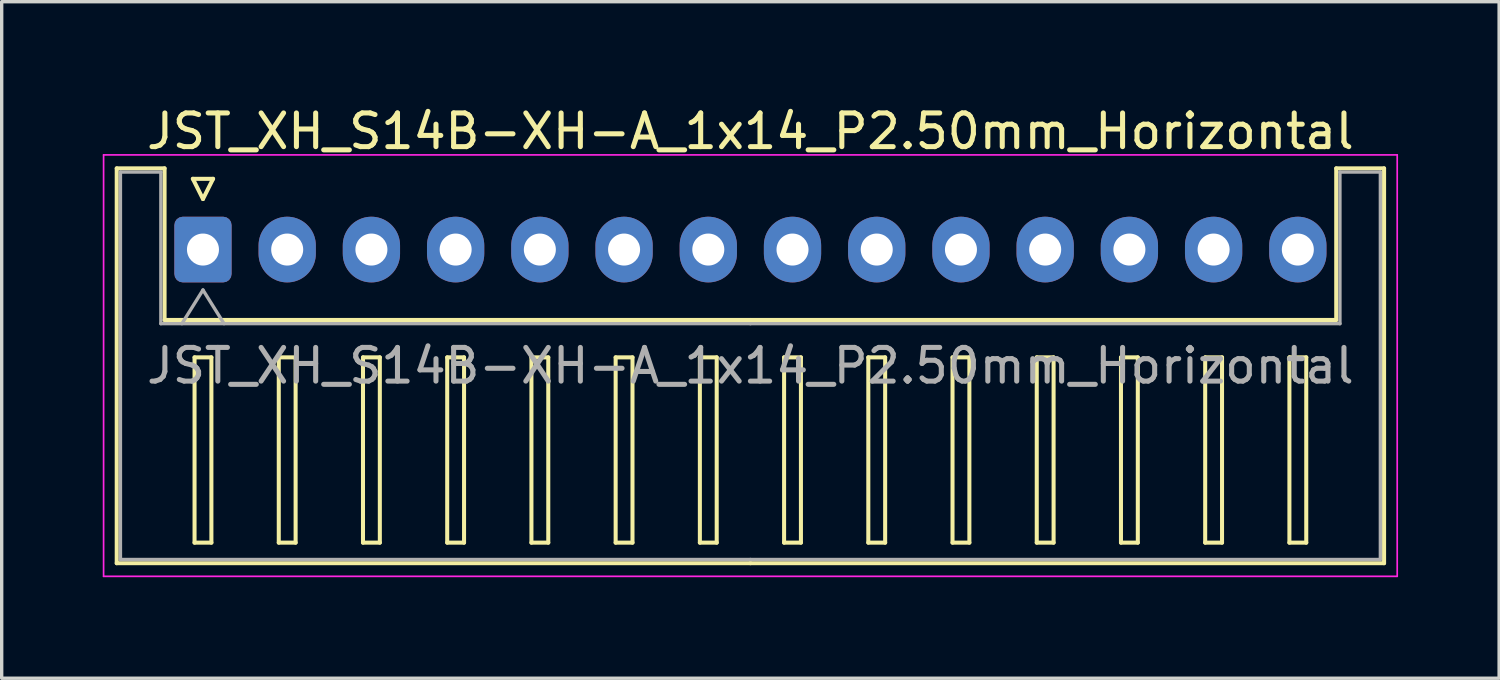
<source format=kicad_pcb>
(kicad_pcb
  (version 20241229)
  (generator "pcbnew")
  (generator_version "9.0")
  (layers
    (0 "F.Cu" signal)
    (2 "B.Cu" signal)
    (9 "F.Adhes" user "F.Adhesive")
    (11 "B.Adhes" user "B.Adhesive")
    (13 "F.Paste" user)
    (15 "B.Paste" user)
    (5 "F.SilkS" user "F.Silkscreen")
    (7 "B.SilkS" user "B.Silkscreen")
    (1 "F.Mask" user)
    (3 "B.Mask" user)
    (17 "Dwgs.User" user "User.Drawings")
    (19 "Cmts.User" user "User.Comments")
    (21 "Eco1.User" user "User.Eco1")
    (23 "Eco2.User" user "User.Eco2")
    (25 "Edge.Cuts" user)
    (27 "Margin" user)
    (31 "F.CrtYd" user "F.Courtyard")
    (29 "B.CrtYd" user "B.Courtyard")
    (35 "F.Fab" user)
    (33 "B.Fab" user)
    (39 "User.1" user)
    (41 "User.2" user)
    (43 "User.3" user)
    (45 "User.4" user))
  (footprint "JST_XH_S14B-XH-A_1x14_P2.50mm_Horizontal"
    (layer "F.Cu")
    (at 2.975 4.358)
    (property "Reference" "JST_XH_S14B-XH-A_1x14_P2.50mm_Horizontal" (at 16.25 -3.51 0) (layer "F.SilkS") (effects (font (size 1 1) (thickness 0.15))))
    (attr through_hole)
    (fp_line (start -2.56 -2.41) (end -1.14 -2.41) (stroke (width 0.12) (type solid)) (layer "F.SilkS"))
    (fp_line (start -2.56 9.31) (end -2.56 -2.41) (stroke (width 0.12) (type solid)) (layer "F.SilkS"))
    (fp_line (start -1.14 -2.41) (end -1.14 2.09) (stroke (width 0.12) (type solid)) (layer "F.SilkS"))
    (fp_line (start -1.14 2.09) (end 16.25 2.09) (stroke (width 0.12) (type solid)) (layer "F.SilkS"))
    (fp_line (start -0.3 -2.1) (end 0.3 -2.1) (stroke (width 0.12) (type solid)) (layer "F.SilkS"))
    (fp_line (start -0.25 3.2) (end -0.25 8.7) (stroke (width 0.12) (type solid)) (layer "F.SilkS"))
    (fp_line (start -0.25 8.7) (end 0.25 8.7) (stroke (width 0.12) (type solid)) (layer "F.SilkS"))
    (fp_line (start 0 -1.5) (end -0.3 -2.1) (stroke (width 0.12) (type solid)) (layer "F.SilkS"))
    (fp_line (start 0.25 3.2) (end -0.25 3.2) (stroke (width 0.12) (type solid)) (layer "F.SilkS"))
    (fp_line (start 0.25 8.7) (end 0.25 3.2) (stroke (width 0.12) (type solid)) (layer "F.SilkS"))
    (fp_line (start 0.3 -2.1) (end 0 -1.5) (stroke (width 0.12) (type solid)) (layer "F.SilkS"))
    (fp_line (start 2.25 3.2) (end 2.25 8.7) (stroke (width 0.12) (type solid)) (layer "F.SilkS"))
    (fp_line (start 2.25 8.7) (end 2.75 8.7) (stroke (width 0.12) (type solid)) (layer "F.SilkS"))
    (fp_line (start 2.75 3.2) (end 2.25 3.2) (stroke (width 0.12) (type solid)) (layer "F.SilkS"))
    (fp_line (start 2.75 8.7) (end 2.75 3.2) (stroke (width 0.12) (type solid)) (layer "F.SilkS"))
    (fp_line (start 4.75 3.2) (end 4.75 8.7) (stroke (width 0.12) (type solid)) (layer "F.SilkS"))
    (fp_line (start 4.75 8.7) (end 5.25 8.7) (stroke (width 0.12) (type solid)) (layer "F.SilkS"))
    (fp_line (start 5.25 3.2) (end 4.75 3.2) (stroke (width 0.12) (type solid)) (layer "F.SilkS"))
    (fp_line (start 5.25 8.7) (end 5.25 3.2) (stroke (width 0.12) (type solid)) (layer "F.SilkS"))
    (fp_line (start 7.25 3.2) (end 7.25 8.7) (stroke (width 0.12) (type solid)) (layer "F.SilkS"))
    (fp_line (start 7.25 8.7) (end 7.75 8.7) (stroke (width 0.12) (type solid)) (layer "F.SilkS"))
    (fp_line (start 7.75 3.2) (end 7.25 3.2) (stroke (width 0.12) (type solid)) (layer "F.SilkS"))
    (fp_line (start 7.75 8.7) (end 7.75 3.2) (stroke (width 0.12) (type solid)) (layer "F.SilkS"))
    (fp_line (start 9.75 3.2) (end 9.75 8.7) (stroke (width 0.12) (type solid)) (layer "F.SilkS"))
    (fp_line (start 9.75 8.7) (end 10.25 8.7) (stroke (width 0.12) (type solid)) (layer "F.SilkS"))
    (fp_line (start 10.25 3.2) (end 9.75 3.2) (stroke (width 0.12) (type solid)) (layer "F.SilkS"))
    (fp_line (start 10.25 8.7) (end 10.25 3.2) (stroke (width 0.12) (type solid)) (layer "F.SilkS"))
    (fp_line (start 12.25 3.2) (end 12.25 8.7) (stroke (width 0.12) (type solid)) (layer "F.SilkS"))
    (fp_line (start 12.25 8.7) (end 12.75 8.7) (stroke (width 0.12) (type solid)) (layer "F.SilkS"))
    (fp_line (start 12.75 3.2) (end 12.25 3.2) (stroke (width 0.12) (type solid)) (layer "F.SilkS"))
    (fp_line (start 12.75 8.7) (end 12.75 3.2) (stroke (width 0.12) (type solid)) (layer "F.SilkS"))
    (fp_line (start 14.75 3.2) (end 14.75 8.7) (stroke (width 0.12) (type solid)) (layer "F.SilkS"))
    (fp_line (start 14.75 8.7) (end 15.25 8.7) (stroke (width 0.12) (type solid)) (layer "F.SilkS"))
    (fp_line (start 15.25 3.2) (end 14.75 3.2) (stroke (width 0.12) (type solid)) (layer "F.SilkS"))
    (fp_line (start 15.25 8.7) (end 15.25 3.2) (stroke (width 0.12) (type solid)) (layer "F.SilkS"))
    (fp_line (start 16.25 9.31) (end -2.56 9.31) (stroke (width 0.12) (type solid)) (layer "F.SilkS"))
    (fp_line (start 16.25 9.31) (end 35.06 9.31) (stroke (width 0.12) (type solid)) (layer "F.SilkS"))
    (fp_line (start 17.25 3.2) (end 17.25 8.7) (stroke (width 0.12) (type solid)) (layer "F.SilkS"))
    (fp_line (start 17.25 8.7) (end 17.75 8.7) (stroke (width 0.12) (type solid)) (layer "F.SilkS"))
    (fp_line (start 17.75 3.2) (end 17.25 3.2) (stroke (width 0.12) (type solid)) (layer "F.SilkS"))
    (fp_line (start 17.75 8.7) (end 17.75 3.2) (stroke (width 0.12) (type solid)) (layer "F.SilkS"))
    (fp_line (start 19.75 3.2) (end 19.75 8.7) (stroke (width 0.12) (type solid)) (layer "F.SilkS"))
    (fp_line (start 19.75 8.7) (end 20.25 8.7) (stroke (width 0.12) (type solid)) (layer "F.SilkS"))
    (fp_line (start 20.25 3.2) (end 19.75 3.2) (stroke (width 0.12) (type solid)) (layer "F.SilkS"))
    (fp_line (start 20.25 8.7) (end 20.25 3.2) (stroke (width 0.12) (type solid)) (layer "F.SilkS"))
    (fp_line (start 22.25 3.2) (end 22.25 8.7) (stroke (width 0.12) (type solid)) (layer "F.SilkS"))
    (fp_line (start 22.25 8.7) (end 22.75 8.7) (stroke (width 0.12) (type solid)) (layer "F.SilkS"))
    (fp_line (start 22.75 3.2) (end 22.25 3.2) (stroke (width 0.12) (type solid)) (layer "F.SilkS"))
    (fp_line (start 22.75 8.7) (end 22.75 3.2) (stroke (width 0.12) (type solid)) (layer "F.SilkS"))
    (fp_line (start 24.75 3.2) (end 24.75 8.7) (stroke (width 0.12) (type solid)) (layer "F.SilkS"))
    (fp_line (start 24.75 8.7) (end 25.25 8.7) (stroke (width 0.12) (type solid)) (layer "F.SilkS"))
    (fp_line (start 25.25 3.2) (end 24.75 3.2) (stroke (width 0.12) (type solid)) (layer "F.SilkS"))
    (fp_line (start 25.25 8.7) (end 25.25 3.2) (stroke (width 0.12) (type solid)) (layer "F.SilkS"))
    (fp_line (start 27.25 3.2) (end 27.25 8.7) (stroke (width 0.12) (type solid)) (layer "F.SilkS"))
    (fp_line (start 27.25 8.7) (end 27.75 8.7) (stroke (width 0.12) (type solid)) (layer "F.SilkS"))
    (fp_line (start 27.75 3.2) (end 27.25 3.2) (stroke (width 0.12) (type solid)) (layer "F.SilkS"))
    (fp_line (start 27.75 8.7) (end 27.75 3.2) (stroke (width 0.12) (type solid)) (layer "F.SilkS"))
    (fp_line (start 29.75 3.2) (end 29.75 8.7) (stroke (width 0.12) (type solid)) (layer "F.SilkS"))
    (fp_line (start 29.75 8.7) (end 30.25 8.7) (stroke (width 0.12) (type solid)) (layer "F.SilkS"))
    (fp_line (start 30.25 3.2) (end 29.75 3.2) (stroke (width 0.12) (type solid)) (layer "F.SilkS"))
    (fp_line (start 30.25 8.7) (end 30.25 3.2) (stroke (width 0.12) (type solid)) (layer "F.SilkS"))
    (fp_line (start 32.25 3.2) (end 32.25 8.7) (stroke (width 0.12) (type solid)) (layer "F.SilkS"))
    (fp_line (start 32.25 8.7) (end 32.75 8.7) (stroke (width 0.12) (type solid)) (layer "F.SilkS"))
    (fp_line (start 32.75 3.2) (end 32.25 3.2) (stroke (width 0.12) (type solid)) (layer "F.SilkS"))
    (fp_line (start 32.75 8.7) (end 32.75 3.2) (stroke (width 0.12) (type solid)) (layer "F.SilkS"))
    (fp_line (start 33.64 -2.41) (end 33.64 2.09) (stroke (width 0.12) (type solid)) (layer "F.SilkS"))
    (fp_line (start 33.64 2.09) (end 16.25 2.09) (stroke (width 0.12) (type solid)) (layer "F.SilkS"))
    (fp_line (start 35.06 -2.41) (end 33.64 -2.41) (stroke (width 0.12) (type solid)) (layer "F.SilkS"))
    (fp_line (start 35.06 9.31) (end 35.06 -2.41) (stroke (width 0.12) (type solid)) (layer "F.SilkS"))
    (fp_line (start -2.95 -2.81) (end -2.95 9.7) (stroke (width 0.05) (type solid)) (layer "F.CrtYd"))
    (fp_line (start -2.95 9.7) (end 35.45 9.7) (stroke (width 0.05) (type solid)) (layer "F.CrtYd"))
    (fp_line (start 35.45 -2.81) (end -2.95 -2.81) (stroke (width 0.05) (type solid)) (layer "F.CrtYd"))
    (fp_line (start 35.45 9.7) (end 35.45 -2.81) (stroke (width 0.05) (type solid)) (layer "F.CrtYd"))
    (fp_line (start -2.45 -2.3) (end -1.25 -2.3) (stroke (width 0.1) (type solid)) (layer "F.Fab"))
    (fp_line (start -2.45 9.2) (end -2.45 -2.3) (stroke (width 0.1) (type solid)) (layer "F.Fab"))
    (fp_line (start -1.25 -2.3) (end -1.25 2.2) (stroke (width 0.1) (type solid)) (layer "F.Fab"))
    (fp_line (start -1.25 2.2) (end 16.25 2.2) (stroke (width 0.1) (type solid)) (layer "F.Fab"))
    (fp_line (start -0.625 2.2) (end 0 1.2) (stroke (width 0.1) (type solid)) (layer "F.Fab"))
    (fp_line (start 0 1.2) (end 0.625 2.2) (stroke (width 0.1) (type solid)) (layer "F.Fab"))
    (fp_line (start 16.25 9.2) (end -2.45 9.2) (stroke (width 0.1) (type solid)) (layer "F.Fab"))
    (fp_line (start 16.25 9.2) (end 34.95 9.2) (stroke (width 0.1) (type solid)) (layer "F.Fab"))
    (fp_line (start 33.75 -2.3) (end 33.75 2.2) (stroke (width 0.1) (type solid)) (layer "F.Fab"))
    (fp_line (start 33.75 2.2) (end 16.25 2.2) (stroke (width 0.1) (type solid)) (layer "F.Fab"))
    (fp_line (start 34.95 -2.3) (end 33.75 -2.3) (stroke (width 0.1) (type solid)) (layer "F.Fab"))
    (fp_line (start 34.95 9.2) (end 34.95 -2.3) (stroke (width 0.1) (type solid)) (layer "F.Fab"))
    (fp_text user "${REFERENCE}" (at 16.25 3.45 0) (layer "F.Fab") (effects (font (size 1 1) (thickness 0.15))))
    (pad "1" thru_hole roundrect (at 0 0) (size 1.7 1.95) (drill 0.95) (layers "*.Cu" "*.Mask") (roundrect_rratio 0.147))
    (pad "2" thru_hole oval (at 2.5 0) (size 1.7 1.95) (drill 0.95) (layers "*.Cu" "*.Mask"))
    (pad "3" thru_hole oval (at 5 0) (size 1.7 1.95) (drill 0.95) (layers "*.Cu" "*.Mask"))
    (pad "4" thru_hole oval (at 7.5 0) (size 1.7 1.95) (drill 0.95) (layers "*.Cu" "*.Mask"))
    (pad "5" thru_hole oval (at 10 0) (size 1.7 1.95) (drill 0.95) (layers "*.Cu" "*.Mask"))
    (pad "6" thru_hole oval (at 12.5 0) (size 1.7 1.95) (drill 0.95) (layers "*.Cu" "*.Mask"))
    (pad "7" thru_hole oval (at 15 0) (size 1.7 1.95) (drill 0.95) (layers "*.Cu" "*.Mask"))
    (pad "8" thru_hole oval (at 17.5 0) (size 1.7 1.95) (drill 0.95) (layers "*.Cu" "*.Mask"))
    (pad "9" thru_hole oval (at 20 0) (size 1.7 1.95) (drill 0.95) (layers "*.Cu" "*.Mask"))
    (pad "10" thru_hole oval (at 22.5 0) (size 1.7 1.95) (drill 0.95) (layers "*.Cu" "*.Mask"))
    (pad "11" thru_hole oval (at 25 0) (size 1.7 1.95) (drill 0.95) (layers "*.Cu" "*.Mask"))
    (pad "12" thru_hole oval (at 27.5 0) (size 1.7 1.95) (drill 0.95) (layers "*.Cu" "*.Mask"))
    (pad "13" thru_hole oval (at 30 0) (size 1.7 1.95) (drill 0.95) (layers "*.Cu" "*.Mask"))
    (pad "14" thru_hole oval (at 32.5 0) (size 1.7 1.95) (drill 0.95) (layers "*.Cu" "*.Mask")))
  (gr_rect
    (start -3 -3)
    (end 41.45 17.083)
    (stroke (width 0.1) (type default))
    (fill no)
    (layer "Edge.Cuts")))
</source>
